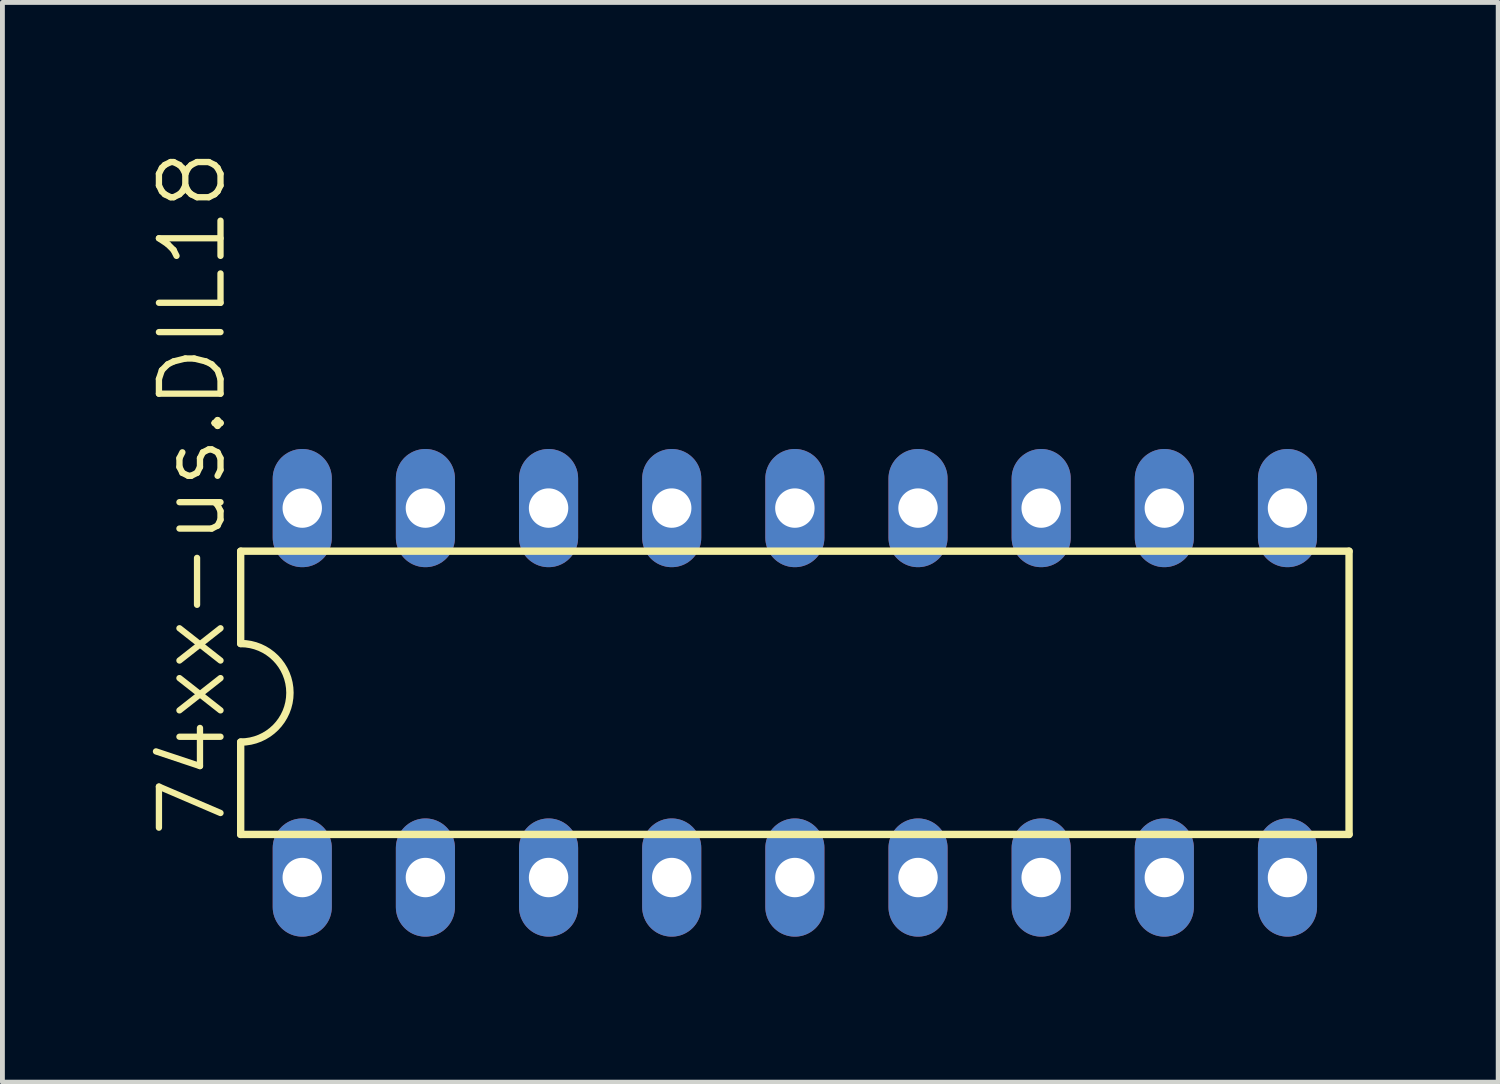
<source format=kicad_pcb>
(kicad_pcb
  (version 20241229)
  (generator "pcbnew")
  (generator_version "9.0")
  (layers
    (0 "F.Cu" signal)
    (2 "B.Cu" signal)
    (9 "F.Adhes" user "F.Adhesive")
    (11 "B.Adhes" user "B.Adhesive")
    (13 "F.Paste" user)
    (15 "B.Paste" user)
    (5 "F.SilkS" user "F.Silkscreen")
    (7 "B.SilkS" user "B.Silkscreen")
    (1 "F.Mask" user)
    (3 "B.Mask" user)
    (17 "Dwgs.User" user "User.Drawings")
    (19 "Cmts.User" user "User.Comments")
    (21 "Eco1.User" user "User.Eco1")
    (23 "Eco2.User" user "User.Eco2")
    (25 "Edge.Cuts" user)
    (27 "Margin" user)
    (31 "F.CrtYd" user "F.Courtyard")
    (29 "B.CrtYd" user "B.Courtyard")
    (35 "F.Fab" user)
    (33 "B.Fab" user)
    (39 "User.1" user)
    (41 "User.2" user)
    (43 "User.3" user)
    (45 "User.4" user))
  (footprint "74xx-us.DIL18"
    (layer "F.Cu")
    (at 13.344 11.239)
    (property "Reference" "74xx-us.DIL18" (at -11.684 3.048 90) (layer "F.SilkS") (effects (font (size 1.27 1.27) (thickness 0.13)) (justify left bottom)))
    (attr through_hole)
    (fp_line (start -11.43 -2.921) (end -11.43 -1.016) (stroke (width 0.152) (type default)) (layer "F.SilkS"))
    (fp_line (start -11.43 2.921) (end -11.43 1.016) (stroke (width 0.152) (type default)) (layer "F.SilkS"))
    (fp_line (start -11.43 2.921) (end 11.43 2.921) (stroke (width 0.152) (type default)) (layer "F.SilkS"))
    (fp_line (start 11.43 -2.921) (end -11.43 -2.921) (stroke (width 0.152) (type default)) (layer "F.SilkS"))
    (fp_line (start 11.43 -2.921) (end 11.43 2.921) (stroke (width 0.152) (type default)) (layer "F.SilkS"))
    (fp_arc (start -11.43 -1.016) (mid -10.414 0) (end -11.43 1.016) (stroke (width 0.1524) (type default)) (layer "F.SilkS"))
    (pad "1" thru_hole oval (at -10.16 3.81 90) (size 2.438 1.219) (drill 0.813) (layers "*.Cu" "*.Mask"))
    (pad "2" thru_hole oval (at -7.62 3.81 90) (size 2.438 1.219) (drill 0.813) (layers "*.Cu" "*.Mask"))
    (pad "3" thru_hole oval (at -5.08 3.81 90) (size 2.438 1.219) (drill 0.813) (layers "*.Cu" "*.Mask"))
    (pad "4" thru_hole oval (at -2.54 3.81 90) (size 2.438 1.219) (drill 0.813) (layers "*.Cu" "*.Mask"))
    (pad "5" thru_hole oval (at 0 3.81 90) (size 2.438 1.219) (drill 0.813) (layers "*.Cu" "*.Mask"))
    (pad "6" thru_hole oval (at 2.54 3.81 90) (size 2.438 1.219) (drill 0.813) (layers "*.Cu" "*.Mask"))
    (pad "7" thru_hole oval (at 5.08 3.81 90) (size 2.438 1.219) (drill 0.813) (layers "*.Cu" "*.Mask"))
    (pad "8" thru_hole oval (at 7.62 3.81 90) (size 2.438 1.219) (drill 0.813) (layers "*.Cu" "*.Mask"))
    (pad "9" thru_hole oval (at 10.16 3.81 90) (size 2.438 1.219) (drill 0.813) (layers "*.Cu" "*.Mask"))
    (pad "10" thru_hole oval (at 10.16 -3.81 90) (size 2.438 1.219) (drill 0.813) (layers "*.Cu" "*.Mask"))
    (pad "11" thru_hole oval (at 7.62 -3.81 90) (size 2.438 1.219) (drill 0.813) (layers "*.Cu" "*.Mask"))
    (pad "12" thru_hole oval (at 5.08 -3.81 90) (size 2.438 1.219) (drill 0.813) (layers "*.Cu" "*.Mask"))
    (pad "13" thru_hole oval (at 2.54 -3.81 90) (size 2.438 1.219) (drill 0.813) (layers "*.Cu" "*.Mask"))
    (pad "14" thru_hole oval (at 0 -3.81 90) (size 2.438 1.219) (drill 0.813) (layers "*.Cu" "*.Mask"))
    (pad "15" thru_hole oval (at -2.54 -3.81 90) (size 2.438 1.219) (drill 0.813) (layers "*.Cu" "*.Mask"))
    (pad "16" thru_hole oval (at -5.08 -3.81 90) (size 2.438 1.219) (drill 0.813) (layers "*.Cu" "*.Mask"))
    (pad "17" thru_hole oval (at -7.62 -3.81 90) (size 2.438 1.219) (drill 0.813) (layers "*.Cu" "*.Mask"))
    (pad "18" thru_hole oval (at -10.16 -3.81 90) (size 2.438 1.219) (drill 0.813) (layers "*.Cu" "*.Mask")))
  (gr_rect
    (start -3 -3)
    (end 27.85 19.269)
    (stroke (width 0.1) (type default))
    (fill no)
    (layer "Edge.Cuts")))
</source>
